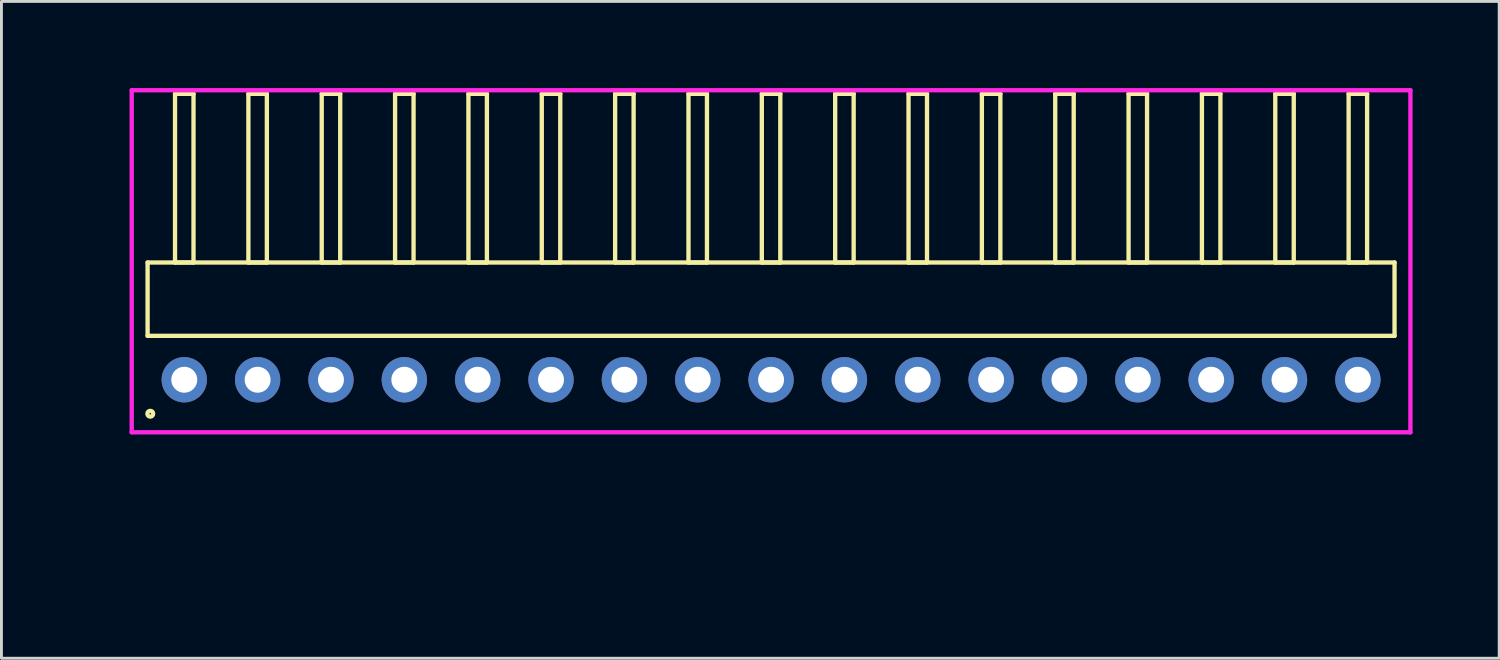
<source format=kicad_pcb>
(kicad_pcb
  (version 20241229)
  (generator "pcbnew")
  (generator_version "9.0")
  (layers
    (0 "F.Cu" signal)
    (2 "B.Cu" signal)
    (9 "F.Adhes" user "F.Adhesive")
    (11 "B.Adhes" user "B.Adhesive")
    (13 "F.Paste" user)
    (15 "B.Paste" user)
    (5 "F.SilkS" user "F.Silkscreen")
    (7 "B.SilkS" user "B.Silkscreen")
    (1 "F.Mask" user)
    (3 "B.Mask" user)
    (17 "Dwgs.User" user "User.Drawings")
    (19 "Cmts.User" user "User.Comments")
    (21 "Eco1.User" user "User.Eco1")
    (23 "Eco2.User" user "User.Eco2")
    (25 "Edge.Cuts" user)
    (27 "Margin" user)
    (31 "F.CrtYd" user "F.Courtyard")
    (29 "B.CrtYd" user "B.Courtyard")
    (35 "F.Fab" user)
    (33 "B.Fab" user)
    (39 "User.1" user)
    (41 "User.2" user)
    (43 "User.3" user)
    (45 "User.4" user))
  (footprint "HDR_RA254P17x1"
    (layer "F.Cu")
    (at 23.651 10.1)
    (property "Reference" "HDR_RA254P17x1" (at -22.89 0 90) (layer "User.1") (effects (font (size 1 1) (thickness 0.1))))
    (attr through_hole)
    (fp_line (start -21.59 -4.06) (end -21.59 -1.52) (stroke (width 0.15) (type solid)) (layer "F.SilkS"))
    (fp_line (start -21.59 -1.52) (end 21.59 -1.52) (stroke (width 0.15) (type solid)) (layer "F.SilkS"))
    (fp_line (start -20.64 -9.9) (end -20.64 -4.06) (stroke (width 0.15) (type solid)) (layer "F.SilkS"))
    (fp_line (start -20.64 -4.06) (end -20 -4.06) (stroke (width 0.15) (type solid)) (layer "F.SilkS"))
    (fp_line (start -20 -9.9) (end -20.64 -9.9) (stroke (width 0.15) (type solid)) (layer "F.SilkS"))
    (fp_line (start -20 -4.06) (end -20 -9.9) (stroke (width 0.15) (type solid)) (layer "F.SilkS"))
    (fp_line (start -18.1 -9.9) (end -18.1 -4.06) (stroke (width 0.15) (type solid)) (layer "F.SilkS"))
    (fp_line (start -18.1 -4.06) (end -17.46 -4.06) (stroke (width 0.15) (type solid)) (layer "F.SilkS"))
    (fp_line (start -17.46 -9.9) (end -18.1 -9.9) (stroke (width 0.15) (type solid)) (layer "F.SilkS"))
    (fp_line (start -17.46 -4.06) (end -17.46 -9.9) (stroke (width 0.15) (type solid)) (layer "F.SilkS"))
    (fp_line (start -15.56 -9.9) (end -15.56 -4.06) (stroke (width 0.15) (type solid)) (layer "F.SilkS"))
    (fp_line (start -15.56 -4.06) (end -14.92 -4.06) (stroke (width 0.15) (type solid)) (layer "F.SilkS"))
    (fp_line (start -14.92 -9.9) (end -15.56 -9.9) (stroke (width 0.15) (type solid)) (layer "F.SilkS"))
    (fp_line (start -14.92 -4.06) (end -14.92 -9.9) (stroke (width 0.15) (type solid)) (layer "F.SilkS"))
    (fp_line (start -13.02 -9.9) (end -13.02 -4.06) (stroke (width 0.15) (type solid)) (layer "F.SilkS"))
    (fp_line (start -13.02 -4.06) (end -12.38 -4.06) (stroke (width 0.15) (type solid)) (layer "F.SilkS"))
    (fp_line (start -12.38 -9.9) (end -13.02 -9.9) (stroke (width 0.15) (type solid)) (layer "F.SilkS"))
    (fp_line (start -12.38 -4.06) (end -12.38 -9.9) (stroke (width 0.15) (type solid)) (layer "F.SilkS"))
    (fp_line (start -10.48 -9.9) (end -10.48 -4.06) (stroke (width 0.15) (type solid)) (layer "F.SilkS"))
    (fp_line (start -10.48 -4.06) (end -9.84 -4.06) (stroke (width 0.15) (type solid)) (layer "F.SilkS"))
    (fp_line (start -9.84 -9.9) (end -10.48 -9.9) (stroke (width 0.15) (type solid)) (layer "F.SilkS"))
    (fp_line (start -9.84 -4.06) (end -9.84 -9.9) (stroke (width 0.15) (type solid)) (layer "F.SilkS"))
    (fp_line (start -7.94 -9.9) (end -7.94 -4.06) (stroke (width 0.15) (type solid)) (layer "F.SilkS"))
    (fp_line (start -7.94 -4.06) (end -7.3 -4.06) (stroke (width 0.15) (type solid)) (layer "F.SilkS"))
    (fp_line (start -7.3 -9.9) (end -7.94 -9.9) (stroke (width 0.15) (type solid)) (layer "F.SilkS"))
    (fp_line (start -7.3 -4.06) (end -7.3 -9.9) (stroke (width 0.15) (type solid)) (layer "F.SilkS"))
    (fp_line (start -5.4 -9.9) (end -5.4 -4.06) (stroke (width 0.15) (type solid)) (layer "F.SilkS"))
    (fp_line (start -5.4 -4.06) (end -4.76 -4.06) (stroke (width 0.15) (type solid)) (layer "F.SilkS"))
    (fp_line (start -4.76 -9.9) (end -5.4 -9.9) (stroke (width 0.15) (type solid)) (layer "F.SilkS"))
    (fp_line (start -4.76 -4.06) (end -4.76 -9.9) (stroke (width 0.15) (type solid)) (layer "F.SilkS"))
    (fp_line (start -2.86 -9.9) (end -2.86 -4.06) (stroke (width 0.15) (type solid)) (layer "F.SilkS"))
    (fp_line (start -2.86 -4.06) (end -2.22 -4.06) (stroke (width 0.15) (type solid)) (layer "F.SilkS"))
    (fp_line (start -2.22 -9.9) (end -2.86 -9.9) (stroke (width 0.15) (type solid)) (layer "F.SilkS"))
    (fp_line (start -2.22 -4.06) (end -2.22 -9.9) (stroke (width 0.15) (type solid)) (layer "F.SilkS"))
    (fp_line (start -0.32 -9.9) (end -0.32 -4.06) (stroke (width 0.15) (type solid)) (layer "F.SilkS"))
    (fp_line (start -0.32 -4.06) (end 0.32 -4.06) (stroke (width 0.15) (type solid)) (layer "F.SilkS"))
    (fp_line (start 0.32 -9.9) (end -0.32 -9.9) (stroke (width 0.15) (type solid)) (layer "F.SilkS"))
    (fp_line (start 0.32 -4.06) (end 0.32 -9.9) (stroke (width 0.15) (type solid)) (layer "F.SilkS"))
    (fp_line (start 2.22 -9.9) (end 2.22 -4.06) (stroke (width 0.15) (type solid)) (layer "F.SilkS"))
    (fp_line (start 2.22 -4.06) (end 2.86 -4.06) (stroke (width 0.15) (type solid)) (layer "F.SilkS"))
    (fp_line (start 2.86 -9.9) (end 2.22 -9.9) (stroke (width 0.15) (type solid)) (layer "F.SilkS"))
    (fp_line (start 2.86 -4.06) (end 2.86 -9.9) (stroke (width 0.15) (type solid)) (layer "F.SilkS"))
    (fp_line (start 4.76 -9.9) (end 4.76 -4.06) (stroke (width 0.15) (type solid)) (layer "F.SilkS"))
    (fp_line (start 4.76 -4.06) (end 5.4 -4.06) (stroke (width 0.15) (type solid)) (layer "F.SilkS"))
    (fp_line (start 5.4 -9.9) (end 4.76 -9.9) (stroke (width 0.15) (type solid)) (layer "F.SilkS"))
    (fp_line (start 5.4 -4.06) (end 5.4 -9.9) (stroke (width 0.15) (type solid)) (layer "F.SilkS"))
    (fp_line (start 7.3 -9.9) (end 7.3 -4.06) (stroke (width 0.15) (type solid)) (layer "F.SilkS"))
    (fp_line (start 7.3 -4.06) (end 7.94 -4.06) (stroke (width 0.15) (type solid)) (layer "F.SilkS"))
    (fp_line (start 7.94 -9.9) (end 7.3 -9.9) (stroke (width 0.15) (type solid)) (layer "F.SilkS"))
    (fp_line (start 7.94 -4.06) (end 7.94 -9.9) (stroke (width 0.15) (type solid)) (layer "F.SilkS"))
    (fp_line (start 9.84 -9.9) (end 9.84 -4.06) (stroke (width 0.15) (type solid)) (layer "F.SilkS"))
    (fp_line (start 9.84 -4.06) (end 10.48 -4.06) (stroke (width 0.15) (type solid)) (layer "F.SilkS"))
    (fp_line (start 10.48 -9.9) (end 9.84 -9.9) (stroke (width 0.15) (type solid)) (layer "F.SilkS"))
    (fp_line (start 10.48 -4.06) (end 10.48 -9.9) (stroke (width 0.15) (type solid)) (layer "F.SilkS"))
    (fp_line (start 12.38 -9.9) (end 12.38 -4.06) (stroke (width 0.15) (type solid)) (layer "F.SilkS"))
    (fp_line (start 12.38 -4.06) (end 13.02 -4.06) (stroke (width 0.15) (type solid)) (layer "F.SilkS"))
    (fp_line (start 13.02 -9.9) (end 12.38 -9.9) (stroke (width 0.15) (type solid)) (layer "F.SilkS"))
    (fp_line (start 13.02 -4.06) (end 13.02 -9.9) (stroke (width 0.15) (type solid)) (layer "F.SilkS"))
    (fp_line (start 14.92 -9.9) (end 14.92 -4.06) (stroke (width 0.15) (type solid)) (layer "F.SilkS"))
    (fp_line (start 14.92 -4.06) (end 15.56 -4.06) (stroke (width 0.15) (type solid)) (layer "F.SilkS"))
    (fp_line (start 15.56 -9.9) (end 14.92 -9.9) (stroke (width 0.15) (type solid)) (layer "F.SilkS"))
    (fp_line (start 15.56 -4.06) (end 15.56 -9.9) (stroke (width 0.15) (type solid)) (layer "F.SilkS"))
    (fp_line (start 17.46 -9.9) (end 17.46 -4.06) (stroke (width 0.15) (type solid)) (layer "F.SilkS"))
    (fp_line (start 17.46 -4.06) (end 18.1 -4.06) (stroke (width 0.15) (type solid)) (layer "F.SilkS"))
    (fp_line (start 18.1 -9.9) (end 17.46 -9.9) (stroke (width 0.15) (type solid)) (layer "F.SilkS"))
    (fp_line (start 18.1 -4.06) (end 18.1 -9.9) (stroke (width 0.15) (type solid)) (layer "F.SilkS"))
    (fp_line (start 20 -9.9) (end 20 -4.06) (stroke (width 0.15) (type solid)) (layer "F.SilkS"))
    (fp_line (start 20 -4.06) (end 20.64 -4.06) (stroke (width 0.15) (type solid)) (layer "F.SilkS"))
    (fp_line (start 20.64 -9.9) (end 20 -9.9) (stroke (width 0.15) (type solid)) (layer "F.SilkS"))
    (fp_line (start 20.64 -4.06) (end 20.64 -9.9) (stroke (width 0.15) (type solid)) (layer "F.SilkS"))
    (fp_line (start 21.59 -4.06) (end -21.59 -4.06) (stroke (width 0.15) (type solid)) (layer "F.SilkS"))
    (fp_line (start 21.59 -1.52) (end 21.59 -4.06) (stroke (width 0.15) (type solid)) (layer "F.SilkS"))
    (fp_circle (center -21.497 1.177) (end -21.397 1.177) (stroke (width 0.15) (type solid)) (fill no) (layer "F.SilkS"))
    (fp_line (start -22.14 -10.025) (end -22.14 1.82) (stroke (width 0.15) (type solid)) (layer "F.CrtYd"))
    (fp_line (start -22.14 1.82) (end 22.14 1.82) (stroke (width 0.15) (type solid)) (layer "F.CrtYd"))
    (fp_line (start 22.14 -10.025) (end -22.14 -10.025) (stroke (width 0.15) (type solid)) (layer "F.CrtYd"))
    (fp_line (start 22.14 1.82) (end 22.14 -10.025) (stroke (width 0.15) (type solid)) (layer "F.CrtYd"))
    (pad "1" thru_hole oval (at -20.32 0) (size 1.57 1.57) (drill 0.9) (layers "*.Cu" "*.Mask"))
    (pad "2" thru_hole oval (at -17.78 0) (size 1.57 1.57) (drill 0.9) (layers "*.Cu" "*.Mask"))
    (pad "3" thru_hole oval (at -15.24 0) (size 1.57 1.57) (drill 0.9) (layers "*.Cu" "*.Mask"))
    (pad "4" thru_hole oval (at -12.7 0) (size 1.57 1.57) (drill 0.9) (layers "*.Cu" "*.Mask"))
    (pad "5" thru_hole oval (at -10.16 0) (size 1.57 1.57) (drill 0.9) (layers "*.Cu" "*.Mask"))
    (pad "6" thru_hole oval (at -7.62 0) (size 1.57 1.57) (drill 0.9) (layers "*.Cu" "*.Mask"))
    (pad "7" thru_hole oval (at -5.08 0) (size 1.57 1.57) (drill 0.9) (layers "*.Cu" "*.Mask"))
    (pad "8" thru_hole oval (at -2.54 0) (size 1.57 1.57) (drill 0.9) (layers "*.Cu" "*.Mask"))
    (pad "9" thru_hole oval (at 0 0) (size 1.57 1.57) (drill 0.9) (layers "*.Cu" "*.Mask"))
    (pad "10" thru_hole oval (at 2.54 0) (size 1.57 1.57) (drill 0.9) (layers "*.Cu" "*.Mask"))
    (pad "11" thru_hole oval (at 5.08 0) (size 1.57 1.57) (drill 0.9) (layers "*.Cu" "*.Mask"))
    (pad "12" thru_hole oval (at 7.62 0) (size 1.57 1.57) (drill 0.9) (layers "*.Cu" "*.Mask"))
    (pad "13" thru_hole oval (at 10.16 0) (size 1.57 1.57) (drill 0.9) (layers "*.Cu" "*.Mask"))
    (pad "14" thru_hole oval (at 12.7 0) (size 1.57 1.57) (drill 0.9) (layers "*.Cu" "*.Mask"))
    (pad "15" thru_hole oval (at 15.24 0) (size 1.57 1.57) (drill 0.9) (layers "*.Cu" "*.Mask"))
    (pad "16" thru_hole oval (at 17.78 0) (size 1.57 1.57) (drill 0.9) (layers "*.Cu" "*.Mask"))
    (pad "17" thru_hole oval (at 20.32 0) (size 1.57 1.57) (drill 0.9) (layers "*.Cu" "*.Mask")))
  (gr_rect
    (start -3 -3)
    (end 48.865 19.745)
    (stroke (width 0.1) (type default))
    (fill no)
    (layer "Edge.Cuts")))
</source>
